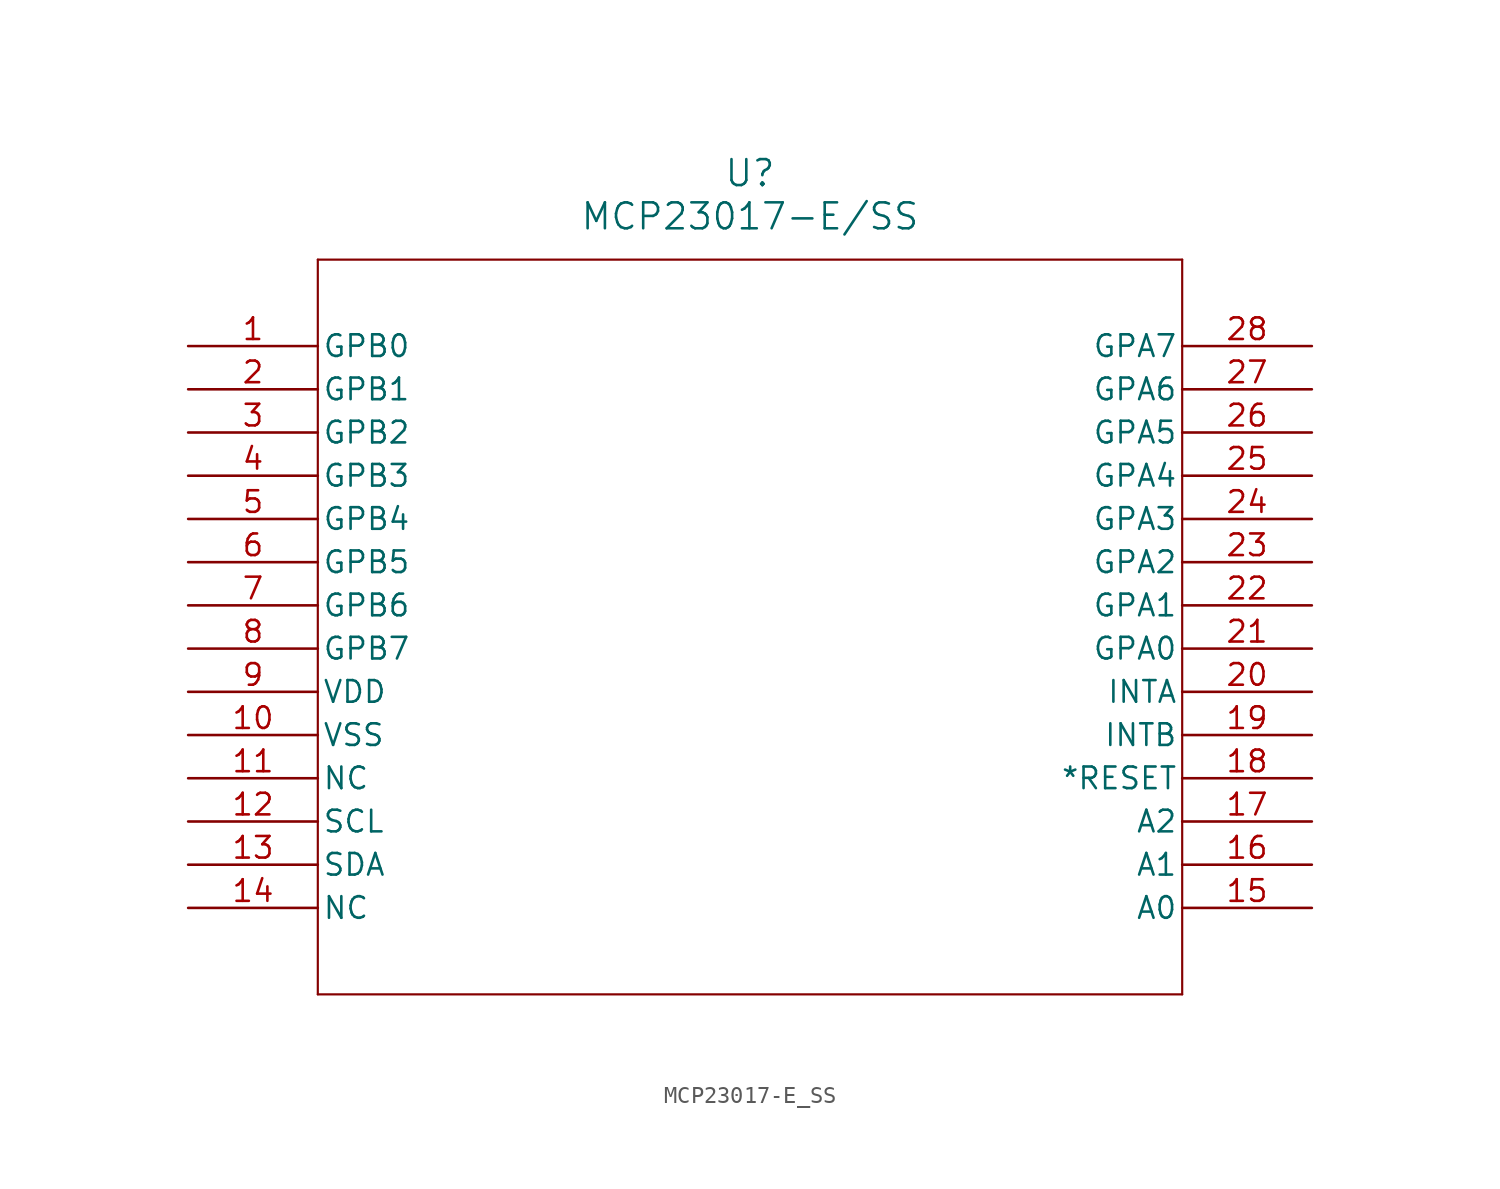
<source format=kicad_sym>
(kicad_symbol_lib
  (version 20211014)
  (generator kicad_symbol_editor)
  (symbol "MCP23017-E_SS"
    (pin_names
      (offset 0.254))
    (property "Reference" "U"
      (at 33.02 10.16 0)
      (effects (font (size 1.524 1.524))))
    (property "Value" "MCP23017-E/SS"
      (at 33.02 7.62 0)
      (effects (font (size 1.524 1.524))))
    (symbol "MCP23017-E_SS_0_1"
      (polyline (pts (xy 7.62 5.08) (xy 7.62 -38.1)) (stroke (width 0.127) (type default) (color 0 0 0 0)) (fill (type none)))
      (polyline (pts (xy 7.62 -38.1) (xy 58.42 -38.1)) (stroke (width 0.127) (type default) (color 0 0 0 0)) (fill (type none)))
      (polyline (pts (xy 58.42 -38.1) (xy 58.42 5.08)) (stroke (width 0.127) (type default) (color 0 0 0 0)) (fill (type none)))
      (polyline (pts (xy 58.42 5.08) (xy 7.62 5.08)) (stroke (width 0.127) (type default) (color 0 0 0 0)) (fill (type none)))
      (pin unspecified line (at 0 0 0) (length 7.62) (name "GPB0" (effects (font (size 1.27 1.27)))) (number "1" (effects (font (size 1.27 1.27)))))
      (pin unspecified line (at 0 -2.54 0) (length 7.62) (name "GPB1" (effects (font (size 1.27 1.27)))) (number "2" (effects (font (size 1.27 1.27)))))
      (pin unspecified line (at 0 -5.08 0) (length 7.62) (name "GPB2" (effects (font (size 1.27 1.27)))) (number "3" (effects (font (size 1.27 1.27)))))
      (pin unspecified line (at 0 -7.62 0) (length 7.62) (name "GPB3" (effects (font (size 1.27 1.27)))) (number "4" (effects (font (size 1.27 1.27)))))
      (pin unspecified line (at 0 -10.16 0) (length 7.62) (name "GPB4" (effects (font (size 1.27 1.27)))) (number "5" (effects (font (size 1.27 1.27)))))
      (pin unspecified line (at 0 -12.7 0) (length 7.62) (name "GPB5" (effects (font (size 1.27 1.27)))) (number "6" (effects (font (size 1.27 1.27)))))
      (pin unspecified line (at 0 -15.24 0) (length 7.62) (name "GPB6" (effects (font (size 1.27 1.27)))) (number "7" (effects (font (size 1.27 1.27)))))
      (pin unspecified line (at 0 -17.78 0) (length 7.62) (name "GPB7" (effects (font (size 1.27 1.27)))) (number "8" (effects (font (size 1.27 1.27)))))
      (pin unspecified line (at 0 -20.32 0) (length 7.62) (name "VDD" (effects (font (size 1.27 1.27)))) (number "9" (effects (font (size 1.27 1.27)))))
      (pin unspecified line (at 0 -22.86 0) (length 7.62) (name "VSS" (effects (font (size 1.27 1.27)))) (number "10" (effects (font (size 1.27 1.27)))))
      (pin unspecified line (at 0 -25.4 0) (length 7.62) (name "NC" (effects (font (size 1.27 1.27)))) (number "11" (effects (font (size 1.27 1.27)))))
      (pin unspecified line (at 0 -27.94 0) (length 7.62) (name "SCL" (effects (font (size 1.27 1.27)))) (number "12" (effects (font (size 1.27 1.27)))))
      (pin unspecified line (at 0 -30.48 0) (length 7.62) (name "SDA" (effects (font (size 1.27 1.27)))) (number "13" (effects (font (size 1.27 1.27)))))
      (pin unspecified line (at 0 -33.02 0) (length 7.62) (name "NC" (effects (font (size 1.27 1.27)))) (number "14" (effects (font (size 1.27 1.27)))))
      (pin unspecified line (at 66.04 -33.02 180) (length 7.62) (name "A0" (effects (font (size 1.27 1.27)))) (number "15" (effects (font (size 1.27 1.27)))))
      (pin unspecified line (at 66.04 -30.48 180) (length 7.62) (name "A1" (effects (font (size 1.27 1.27)))) (number "16" (effects (font (size 1.27 1.27)))))
      (pin unspecified line (at 66.04 -27.94 180) (length 7.62) (name "A2" (effects (font (size 1.27 1.27)))) (number "17" (effects (font (size 1.27 1.27)))))
      (pin unspecified line (at 66.04 -25.4 180) (length 7.62) (name "*RESET" (effects (font (size 1.27 1.27)))) (number "18" (effects (font (size 1.27 1.27)))))
      (pin unspecified line (at 66.04 -22.86 180) (length 7.62) (name "INTB" (effects (font (size 1.27 1.27)))) (number "19" (effects (font (size 1.27 1.27)))))
      (pin unspecified line (at 66.04 -20.32 180) (length 7.62) (name "INTA" (effects (font (size 1.27 1.27)))) (number "20" (effects (font (size 1.27 1.27)))))
      (pin unspecified line (at 66.04 -17.78 180) (length 7.62) (name "GPA0" (effects (font (size 1.27 1.27)))) (number "21" (effects (font (size 1.27 1.27)))))
      (pin unspecified line (at 66.04 -15.24 180) (length 7.62) (name "GPA1" (effects (font (size 1.27 1.27)))) (number "22" (effects (font (size 1.27 1.27)))))
      (pin unspecified line (at 66.04 -12.7 180) (length 7.62) (name "GPA2" (effects (font (size 1.27 1.27)))) (number "23" (effects (font (size 1.27 1.27)))))
      (pin unspecified line (at 66.04 -10.16 180) (length 7.62) (name "GPA3" (effects (font (size 1.27 1.27)))) (number "24" (effects (font (size 1.27 1.27)))))
      (pin unspecified line (at 66.04 -7.62 180) (length 7.62) (name "GPA4" (effects (font (size 1.27 1.27)))) (number "25" (effects (font (size 1.27 1.27)))))
      (pin unspecified line (at 66.04 -5.08 180) (length 7.62) (name "GPA5" (effects (font (size 1.27 1.27)))) (number "26" (effects (font (size 1.27 1.27)))))
      (pin unspecified line (at 66.04 -2.54 180) (length 7.62) (name "GPA6" (effects (font (size 1.27 1.27)))) (number "27" (effects (font (size 1.27 1.27)))))
      (pin unspecified line (at 66.04 0 180) (length 7.62) (name "GPA7" (effects (font (size 1.27 1.27)))) (number "28" (effects (font (size 1.27 1.27))))))))
</source>
